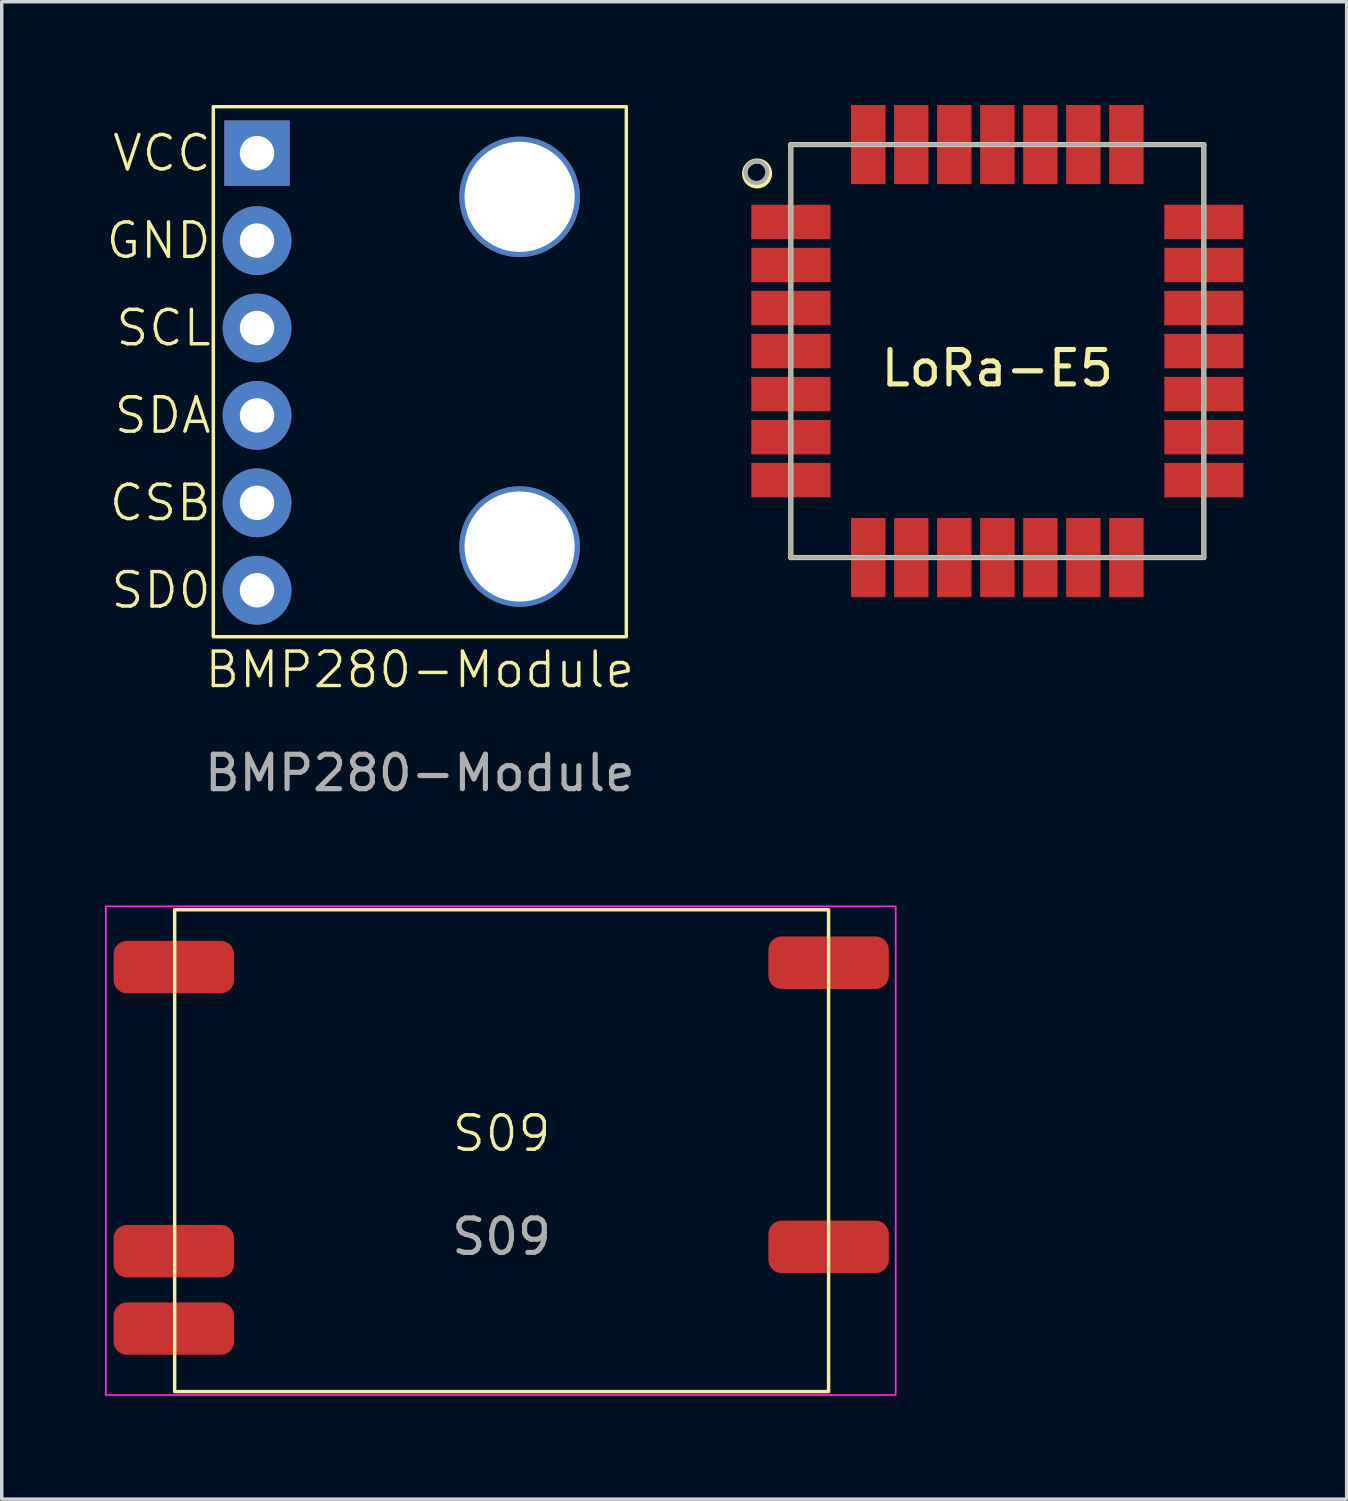
<source format=kicad_pcb>
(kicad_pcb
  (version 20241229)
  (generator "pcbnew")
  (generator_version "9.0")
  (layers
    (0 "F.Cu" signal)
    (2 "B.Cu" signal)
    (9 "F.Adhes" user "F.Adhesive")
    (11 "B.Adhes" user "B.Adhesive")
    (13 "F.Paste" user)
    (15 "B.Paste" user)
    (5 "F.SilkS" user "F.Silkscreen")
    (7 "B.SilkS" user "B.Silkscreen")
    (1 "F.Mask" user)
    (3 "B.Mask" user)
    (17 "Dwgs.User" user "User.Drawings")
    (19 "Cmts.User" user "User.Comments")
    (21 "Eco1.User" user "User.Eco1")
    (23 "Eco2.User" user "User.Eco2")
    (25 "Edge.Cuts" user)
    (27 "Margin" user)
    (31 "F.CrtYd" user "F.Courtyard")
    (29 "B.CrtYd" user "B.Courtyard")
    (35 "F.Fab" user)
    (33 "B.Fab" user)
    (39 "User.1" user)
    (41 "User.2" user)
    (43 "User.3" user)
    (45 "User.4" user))
  (footprint "LoRa-E5"
    (layer "F.Cu")
    (at 25.928 7.15)
    (property "Reference" "LoRa-E5" (at 0 0.5 0) (layer "F.SilkS") (effects (font (size 1 1) (thickness 0.15))))
    (attr through_hole)
    (fp_line (start -6 -6) (end 6 -6) (stroke (width 0.15) (type solid)) (layer "F.SilkS"))
    (fp_line (start -6 6) (end -6 -6) (stroke (width 0.15) (type solid)) (layer "F.SilkS"))
    (fp_line (start 6 -6) (end 6 6) (stroke (width 0.15) (type solid)) (layer "F.SilkS"))
    (fp_line (start 6 6) (end -6 6) (stroke (width 0.15) (type solid)) (layer "F.SilkS"))
    (fp_circle (center -6.98 -5.16) (end -6.66 -4.99) (stroke (width 0.15) (type solid)) (fill no) (layer "F.SilkS"))
    (fp_line (start -6 -6) (end 6 -6) (stroke (width 0.12) (type solid)) (layer "F.Fab"))
    (fp_line (start -6 6) (end -6 -6) (stroke (width 0.12) (type solid)) (layer "F.Fab"))
    (fp_line (start 6 -6) (end 6 6) (stroke (width 0.12) (type solid)) (layer "F.Fab"))
    (fp_line (start 6 6) (end -6 6) (stroke (width 0.12) (type solid)) (layer "F.Fab"))
    (fp_circle (center -7 -5.2) (end -6.7 -5.1) (stroke (width 0.12) (type solid)) (fill no) (layer "F.Fab"))
    (pad "1" smd rect (at -6 -3.75 90) (size 1 2.3) (layers "F.Cu" "F.Mask" "F.Paste"))
    (pad "2" smd rect (at -6 -2.5 90) (size 1 2.3) (layers "F.Cu" "F.Mask" "F.Paste"))
    (pad "3" smd rect (at -6 -1.25 90) (size 1 2.3) (layers "F.Cu" "F.Mask" "F.Paste"))
    (pad "4" smd rect (at -6 0 90) (size 1 2.3) (layers "F.Cu" "F.Mask" "F.Paste"))
    (pad "5" smd rect (at -6 1.25 90) (size 1 2.3) (layers "F.Cu" "F.Mask" "F.Paste"))
    (pad "6" smd rect (at -6 2.5 90) (size 1 2.3) (layers "F.Cu" "F.Mask" "F.Paste"))
    (pad "7" smd rect (at -6 3.75 90) (size 1 2.3) (layers "F.Cu" "F.Mask" "F.Paste"))
    (pad "8" smd rect (at -3.75 6 180) (size 1 2.3) (layers "F.Cu" "F.Mask" "F.Paste"))
    (pad "9" smd rect (at -2.5 6 180) (size 1 2.3) (layers "F.Cu" "F.Mask" "F.Paste"))
    (pad "10" smd rect (at -1.25 6 180) (size 1 2.3) (layers "F.Cu" "F.Mask" "F.Paste"))
    (pad "11" smd rect (at 0 6 180) (size 1 2.3) (layers "F.Cu" "F.Mask" "F.Paste"))
    (pad "12" smd rect (at 1.25 6 180) (size 1 2.3) (layers "F.Cu" "F.Mask" "F.Paste"))
    (pad "13" smd rect (at 2.5 6 180) (size 1 2.3) (layers "F.Cu" "F.Mask" "F.Paste"))
    (pad "14" smd rect (at 3.75 6 180) (size 1 2.3) (layers "F.Cu" "F.Mask" "F.Paste"))
    (pad "15" smd rect (at 6 3.75 270) (size 1 2.3) (layers "F.Cu" "F.Mask" "F.Paste"))
    (pad "16" smd rect (at 6 2.5 270) (size 1 2.3) (layers "F.Cu" "F.Mask" "F.Paste"))
    (pad "17" smd rect (at 6 1.25 270) (size 1 2.3) (layers "F.Cu" "F.Mask" "F.Paste"))
    (pad "18" smd rect (at 6 0 270) (size 1 2.3) (layers "F.Cu" "F.Mask" "F.Paste"))
    (pad "19" smd rect (at 6 -1.25 270) (size 1 2.3) (layers "F.Cu" "F.Mask" "F.Paste"))
    (pad "20" smd rect (at 6 -2.5 270) (size 1 2.3) (layers "F.Cu" "F.Mask" "F.Paste"))
    (pad "21" smd rect (at 6 -3.75 270) (size 1 2.3) (layers "F.Cu" "F.Mask" "F.Paste"))
    (pad "22" smd rect (at 3.75 -6) (size 1 2.3) (layers "F.Cu" "F.Mask" "F.Paste"))
    (pad "23" smd rect (at 2.5 -6) (size 1 2.3) (layers "F.Cu" "F.Mask" "F.Paste"))
    (pad "24" smd rect (at 1.25 -6) (size 1 2.3) (layers "F.Cu" "F.Mask" "F.Paste"))
    (pad "25" smd rect (at 0 -6) (size 1 2.3) (layers "F.Cu" "F.Mask" "F.Paste"))
    (pad "26" smd rect (at -1.25 -6) (size 1 2.3) (layers "F.Cu" "F.Mask" "F.Paste"))
    (pad "27" smd rect (at -2.5 -6) (size 1 2.3) (layers "F.Cu" "F.Mask" "F.Paste"))
    (pad "28" smd rect (at -3.75 -6) (size 1 2.3) (layers "F.Cu" "F.Mask" "F.Paste")))
  (footprint "BMP280-Module"
    (layer "F.Cu")
    (at 9.498 7.75)
    (property "Reference" "BMP280-Module" (at -0.35 8.66 0) (unlocked yes) (layer "F.SilkS") (effects (font (size 1 1) (thickness 0.1))))
    (attr through_hole)
    (fp_rect (start -6.35 -7.7) (end 5.65 7.7) (stroke (width 0.1) (type default)) (fill no) (layer "F.SilkS"))
    (fp_text user "CSB" (at -6.35 3.81 0) (unlocked yes) (layer "F.SilkS") (effects (font (size 1 1) (thickness 0.1)) (justify right)))
    (fp_text user "SD0" (at -6.35 6.35 0) (unlocked yes) (layer "F.SilkS") (effects (font (size 1 1) (thickness 0.1)) (justify right)))
    (fp_text user "GND" (at -6.35 -3.81 0) (unlocked yes) (layer "F.SilkS") (effects (font (size 1 1) (thickness 0.1)) (justify right)))
    (fp_text user "SCL" (at -6.35 -1.27 0) (unlocked yes) (layer "F.SilkS") (effects (font (size 1 1) (thickness 0.1)) (justify right)))
    (fp_text user "VCC" (at -6.35 -6.35 0) (unlocked yes) (layer "F.SilkS") (effects (font (size 1 1) (thickness 0.1)) (justify right)))
    (fp_text user "SDA" (at -6.35 1.27 0) (unlocked yes) (layer "F.SilkS") (effects (font (size 1 1) (thickness 0.1)) (justify right)))
    (fp_text user "${REFERENCE}" (at -0.35 11.66 0) (unlocked yes) (layer "F.Fab") (effects (font (size 1 1) (thickness 0.15))))
    (pad "" np_thru_hole circle (at 2.55 -5.08) (size 3.5 3.5) (drill 3.2) (layers "*.Cu" "*.Mask"))
    (pad "" np_thru_hole circle (at 2.55 5.08) (size 3.5 3.5) (drill 3.2) (layers "*.Cu" "*.Mask"))
    (pad "1" thru_hole rect (at -5.08 -6.35) (size 1.9 1.9) (drill 1) (layers "*.Cu" "*.Mask"))
    (pad "2" thru_hole circle (at -5.08 -3.81) (size 2 2) (drill 1) (layers "*.Cu" "*.Mask"))
    (pad "3" thru_hole circle (at -5.08 -1.27) (size 2 2) (drill 1) (layers "*.Cu" "*.Mask"))
    (pad "4" thru_hole circle (at -5.08 1.27) (size 2 2) (drill 1) (layers "*.Cu" "*.Mask"))
    (pad "5" thru_hole circle (at -5.08 3.81) (size 2 2) (drill 1) (layers "*.Cu" "*.Mask"))
    (pad "6" thru_hole circle (at -5.08 6.35) (size 2 2) (drill 1) (layers "*.Cu" "*.Mask")))
  (footprint "S09"
    (layer "F.Cu")
    (at 11.525 30.383)
    (property "Reference" "S09" (at 0 -0.5 0) (unlocked yes) (layer "F.SilkS") (effects (font (size 1 1) (thickness 0.1))))
    (attr smd)
    (fp_rect (start -9.5 -7) (end 9.5 7) (stroke (width 0.1) (type default)) (fill no) (layer "F.SilkS"))
    (fp_rect (start -11.5 -7.1) (end 11.45 7.1) (stroke (width 0.05) (type default)) (fill no) (layer "F.CrtYd"))
    (fp_text user "${REFERENCE}" (at 0 2.5 0) (unlocked yes) (layer "F.Fab") (effects (font (size 1 1) (thickness 0.15))))
    (pad "1" smd roundrect (at -9.525 -5.334) (size 3.5 1.524) (layers "F.Cu" "F.Mask" "F.Paste") (roundrect_rratio 0.25))
    (pad "2" smd roundrect (at -9.525 2.921) (size 3.5 1.524) (layers "F.Cu" "F.Mask" "F.Paste") (roundrect_rratio 0.25))
    (pad "3" smd roundrect (at -9.525 5.171) (size 3.5 1.524) (layers "F.Cu" "F.Mask" "F.Paste") (roundrect_rratio 0.25))
    (pad "4" smd roundrect (at 9.5 -5.461) (size 3.5 1.524) (layers "F.Cu" "F.Mask" "F.Paste") (roundrect_rratio 0.25))
    (pad "5" smd roundrect (at 9.5 2.794) (size 3.5 1.524) (layers "F.Cu" "F.Mask" "F.Paste") (roundrect_rratio 0.25)))
  (gr_rect
    (start -3 -3)
    (end 36.078 40.508)
    (stroke (width 0.1) (type default))
    (fill no)
    (layer "Edge.Cuts")))
</source>
